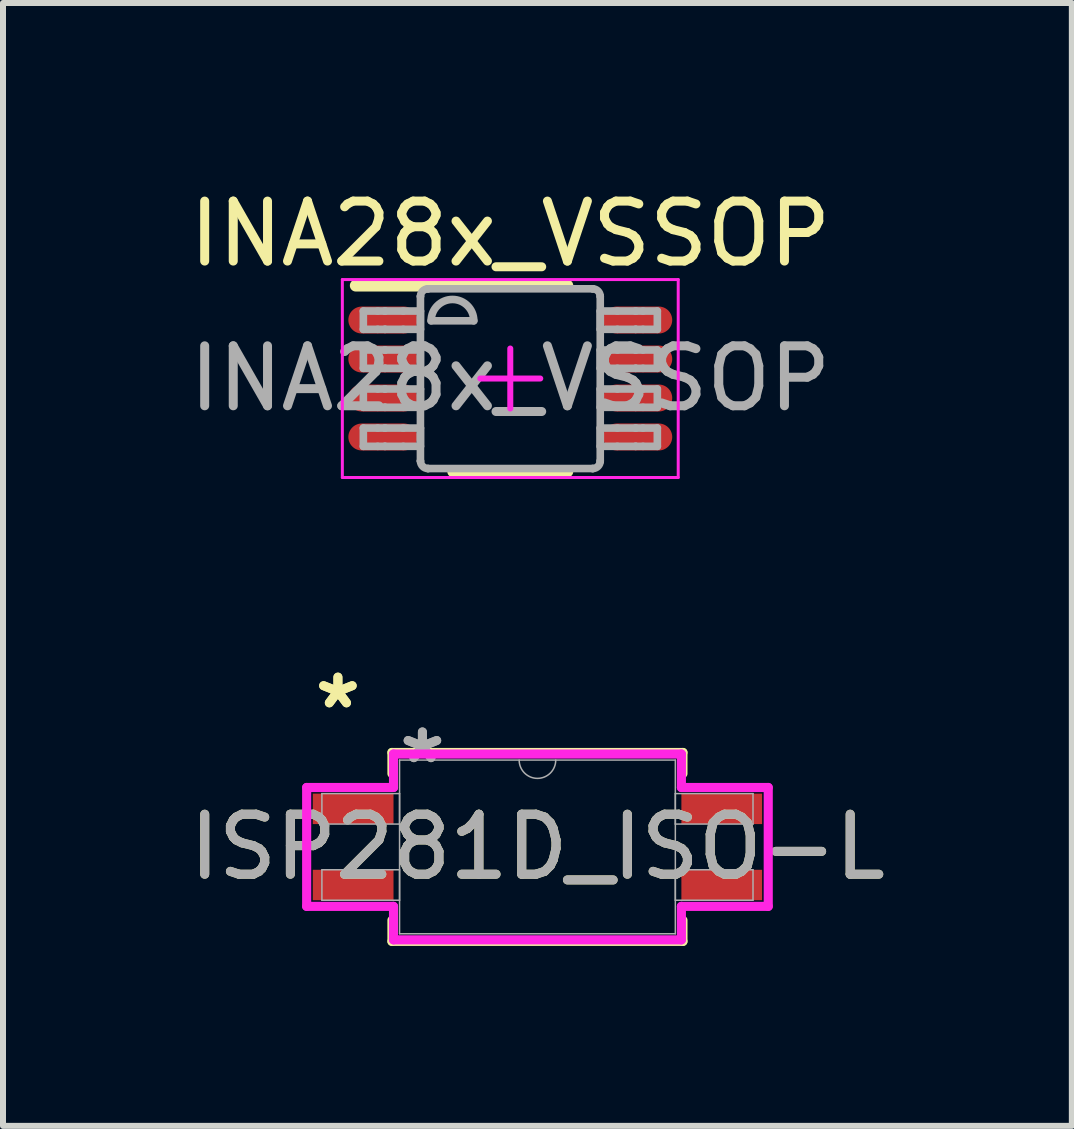
<source format=kicad_pcb>
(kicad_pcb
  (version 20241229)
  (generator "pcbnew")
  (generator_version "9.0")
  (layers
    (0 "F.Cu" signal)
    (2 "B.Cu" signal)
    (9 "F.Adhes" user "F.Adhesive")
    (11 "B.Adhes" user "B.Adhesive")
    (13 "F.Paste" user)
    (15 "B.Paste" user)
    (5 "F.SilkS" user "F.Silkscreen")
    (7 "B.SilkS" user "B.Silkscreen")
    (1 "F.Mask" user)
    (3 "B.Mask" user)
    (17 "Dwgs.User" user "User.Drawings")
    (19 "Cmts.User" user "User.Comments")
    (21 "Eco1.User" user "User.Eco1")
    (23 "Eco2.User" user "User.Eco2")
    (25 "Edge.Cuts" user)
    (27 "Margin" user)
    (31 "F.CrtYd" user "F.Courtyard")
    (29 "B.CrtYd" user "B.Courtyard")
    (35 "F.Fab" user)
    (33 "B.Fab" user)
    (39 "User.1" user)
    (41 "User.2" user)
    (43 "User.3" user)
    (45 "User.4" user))
  (footprint "INA28x_VSSOP"
    (layer "F.Cu")
    (at 5.458 3.261)
    (property "Reference" "INA28x_VSSOP" (at 0 -2.413 0) (unlocked yes) (layer "F.SilkS") (effects (font (size 1 1) (thickness 0.15))))
    (attr smd)
    (fp_line (start -2.575 -1.55) (end 0.95 -1.55) (stroke (width 0.2) (type solid)) (layer "F.SilkS"))
    (fp_line (start -0.95 1.55) (end 0.95 1.55) (stroke (width 0.2) (type solid)) (layer "F.SilkS"))
    (fp_line (start -2.8 -1.65) (end 2.8 -1.65) (stroke (width 0.05) (type solid)) (layer "F.CrtYd"))
    (fp_line (start -2.8 1.65) (end -2.8 -1.65) (stroke (width 0.05) (type solid)) (layer "F.CrtYd"))
    (fp_line (start -2.8 1.65) (end 2.8 1.65) (stroke (width 0.05) (type solid)) (layer "F.CrtYd"))
    (fp_line (start -0.5 0) (end 0.5 0) (stroke (width 0.1) (type solid)) (layer "F.CrtYd"))
    (fp_line (start -0.000003 0.5) (end -0.000003 -0.5) (stroke (width 0.1) (type solid)) (layer "F.CrtYd"))
    (fp_line (start 2.8 1.65) (end 2.8 -1.65) (stroke (width 0.05) (type solid)) (layer "F.CrtYd"))
    (fp_line (start -2.45 -1.125) (end -2.21 -1.125) (stroke (width 0.127) (type solid)) (layer "F.Fab"))
    (fp_line (start -2.45 -0.82) (end -2.45 -1.125) (stroke (width 0.127) (type solid)) (layer "F.Fab"))
    (fp_line (start -2.45 -0.82) (end -2.21 -0.82) (stroke (width 0.127) (type solid)) (layer "F.Fab"))
    (fp_line (start -2.45 -0.475) (end -2.21 -0.475) (stroke (width 0.127) (type solid)) (layer "F.Fab"))
    (fp_line (start -2.45 -0.17) (end -2.45 -0.475) (stroke (width 0.127) (type solid)) (layer "F.Fab"))
    (fp_line (start -2.45 -0.17) (end -2.21 -0.17) (stroke (width 0.127) (type solid)) (layer "F.Fab"))
    (fp_line (start -2.45 0.175) (end -2.21 0.175) (stroke (width 0.127) (type solid)) (layer "F.Fab"))
    (fp_line (start -2.45 0.48) (end -2.45 0.175) (stroke (width 0.127) (type solid)) (layer "F.Fab"))
    (fp_line (start -2.45 0.48) (end -2.21 0.48) (stroke (width 0.127) (type solid)) (layer "F.Fab"))
    (fp_line (start -2.45 0.826) (end -2.21 0.826) (stroke (width 0.127) (type solid)) (layer "F.Fab"))
    (fp_line (start -2.45 1.131) (end -2.45 0.826) (stroke (width 0.127) (type solid)) (layer "F.Fab"))
    (fp_line (start -2.45 1.131) (end -2.21 1.131) (stroke (width 0.127) (type solid)) (layer "F.Fab"))
    (fp_line (start -2.21 -1.125) (end -2.091 -1.125) (stroke (width 0.127) (type solid)) (layer "F.Fab"))
    (fp_line (start -2.21 -0.82) (end -2.091 -0.82) (stroke (width 0.127) (type solid)) (layer "F.Fab"))
    (fp_line (start -2.21 -0.475) (end -2.091 -0.475) (stroke (width 0.127) (type solid)) (layer "F.Fab"))
    (fp_line (start -2.21 -0.17) (end -2.091 -0.17) (stroke (width 0.127) (type solid)) (layer "F.Fab"))
    (fp_line (start -2.21 0.175) (end -2.091 0.175) (stroke (width 0.127) (type solid)) (layer "F.Fab"))
    (fp_line (start -2.21 0.48) (end -2.091 0.48) (stroke (width 0.127) (type solid)) (layer "F.Fab"))
    (fp_line (start -2.21 0.826) (end -2.091 0.826) (stroke (width 0.127) (type solid)) (layer "F.Fab"))
    (fp_line (start -2.21 1.131) (end -2.091 1.131) (stroke (width 0.127) (type solid)) (layer "F.Fab"))
    (fp_line (start -2.091 -1.125) (end -2.087 -1.125) (stroke (width 0.127) (type solid)) (layer "F.Fab"))
    (fp_line (start -2.091 -0.82) (end -2.087 -0.82) (stroke (width 0.127) (type solid)) (layer "F.Fab"))
    (fp_line (start -2.091 -0.475) (end -2.087 -0.475) (stroke (width 0.127) (type solid)) (layer "F.Fab"))
    (fp_line (start -2.091 -0.17) (end -2.087 -0.17) (stroke (width 0.127) (type solid)) (layer "F.Fab"))
    (fp_line (start -2.091 0.175) (end -2.087 0.175) (stroke (width 0.127) (type solid)) (layer "F.Fab"))
    (fp_line (start -2.091 0.48) (end -2.087 0.48) (stroke (width 0.127) (type solid)) (layer "F.Fab"))
    (fp_line (start -2.091 0.826) (end -2.087 0.826) (stroke (width 0.127) (type solid)) (layer "F.Fab"))
    (fp_line (start -2.091 1.131) (end -2.087 1.131) (stroke (width 0.127) (type solid)) (layer "F.Fab"))
    (fp_line (start -2.087 -1.125) (end -1.784 -1.125) (stroke (width 0.127) (type solid)) (layer "F.Fab"))
    (fp_line (start -2.087 -0.82) (end -1.784 -0.82) (stroke (width 0.127) (type solid)) (layer "F.Fab"))
    (fp_line (start -2.087 -0.475) (end -1.784 -0.475) (stroke (width 0.127) (type solid)) (layer "F.Fab"))
    (fp_line (start -2.087 -0.17) (end -1.784 -0.17) (stroke (width 0.127) (type solid)) (layer "F.Fab"))
    (fp_line (start -2.087 0.175) (end -1.784 0.175) (stroke (width 0.127) (type solid)) (layer "F.Fab"))
    (fp_line (start -2.087 0.48) (end -1.784 0.48) (stroke (width 0.127) (type solid)) (layer "F.Fab"))
    (fp_line (start -2.087 0.826) (end -1.784 0.826) (stroke (width 0.127) (type solid)) (layer "F.Fab"))
    (fp_line (start -2.087 1.131) (end -1.784 1.131) (stroke (width 0.127) (type solid)) (layer "F.Fab"))
    (fp_line (start -1.784 -1.125) (end -1.498 -1.125) (stroke (width 0.127) (type solid)) (layer "F.Fab"))
    (fp_line (start -1.784 -0.82) (end -1.498 -0.82) (stroke (width 0.127) (type solid)) (layer "F.Fab"))
    (fp_line (start -1.784 -0.475) (end -1.498 -0.475) (stroke (width 0.127) (type solid)) (layer "F.Fab"))
    (fp_line (start -1.784 -0.17) (end -1.498 -0.17) (stroke (width 0.127) (type solid)) (layer "F.Fab"))
    (fp_line (start -1.784 0.175) (end -1.498 0.175) (stroke (width 0.127) (type solid)) (layer "F.Fab"))
    (fp_line (start -1.784 0.48) (end -1.498 0.48) (stroke (width 0.127) (type solid)) (layer "F.Fab"))
    (fp_line (start -1.784 0.826) (end -1.498 0.826) (stroke (width 0.127) (type solid)) (layer "F.Fab"))
    (fp_line (start -1.784 1.131) (end -1.498 1.131) (stroke (width 0.127) (type solid)) (layer "F.Fab"))
    (fp_line (start -1.498 -1.369) (end -1.497 -1.372) (stroke (width 0.127) (type solid)) (layer "F.Fab"))
    (fp_line (start -1.498 -0.82) (end -1.498 -1.125) (stroke (width 0.127) (type solid)) (layer "F.Fab"))
    (fp_line (start -1.498 -0.17) (end -1.498 -0.475) (stroke (width 0.127) (type solid)) (layer "F.Fab"))
    (fp_line (start -1.498 0.48) (end -1.498 0.175) (stroke (width 0.127) (type solid)) (layer "F.Fab"))
    (fp_line (start -1.498 1.131) (end -1.498 0.826) (stroke (width 0.127) (type solid)) (layer "F.Fab"))
    (fp_line (start -1.498 1.374) (end -1.498 -1.369) (stroke (width 0.127) (type solid)) (layer "F.Fab"))
    (fp_line (start -1.498 1.374) (end -1.497 1.377) (stroke (width 0.127) (type solid)) (layer "F.Fab"))
    (fp_line (start -1.373 -1.496) (end -1.371 -1.496) (stroke (width 0.127) (type solid)) (layer "F.Fab"))
    (fp_line (start -1.373 1.501) (end -1.371 1.501) (stroke (width 0.127) (type solid)) (layer "F.Fab"))
    (fp_line (start -1.371 -1.496) (end 1.373 -1.496) (stroke (width 0.127) (type solid)) (layer "F.Fab"))
    (fp_line (start -1.371 1.501) (end 1.373 1.501) (stroke (width 0.127) (type solid)) (layer "F.Fab"))
    (fp_line (start -1.32 -0.962) (end -0.609 -0.962) (stroke (width 0.127) (type solid)) (layer "F.Fab"))
    (fp_line (start 1.373 -1.496) (end 1.375 -1.496) (stroke (width 0.127) (type solid)) (layer "F.Fab"))
    (fp_line (start 1.373 1.501) (end 1.375 1.501) (stroke (width 0.127) (type solid)) (layer "F.Fab"))
    (fp_line (start 1.5 -1.372) (end 1.5 -1.369) (stroke (width 0.127) (type solid)) (layer "F.Fab"))
    (fp_line (start 1.5 1.377) (end 1.5 1.374) (stroke (width 0.127) (type solid)) (layer "F.Fab"))
    (fp_line (start 1.5 -1.125) (end 1.786 -1.125) (stroke (width 0.127) (type solid)) (layer "F.Fab"))
    (fp_line (start 1.5 -0.82) (end 1.5 -1.125) (stroke (width 0.127) (type solid)) (layer "F.Fab"))
    (fp_line (start 1.5 -0.82) (end 1.786 -0.82) (stroke (width 0.127) (type solid)) (layer "F.Fab"))
    (fp_line (start 1.5 -0.475) (end 1.786 -0.475) (stroke (width 0.127) (type solid)) (layer "F.Fab"))
    (fp_line (start 1.5 -0.17) (end 1.5 -0.475) (stroke (width 0.127) (type solid)) (layer "F.Fab"))
    (fp_line (start 1.5 -0.17) (end 1.786 -0.17) (stroke (width 0.127) (type solid)) (layer "F.Fab"))
    (fp_line (start 1.5 0.175) (end 1.786 0.175) (stroke (width 0.127) (type solid)) (layer "F.Fab"))
    (fp_line (start 1.5 0.48) (end 1.5 0.175) (stroke (width 0.127) (type solid)) (layer "F.Fab"))
    (fp_line (start 1.5 0.48) (end 1.786 0.48) (stroke (width 0.127) (type solid)) (layer "F.Fab"))
    (fp_line (start 1.5 0.826) (end 1.786 0.826) (stroke (width 0.127) (type solid)) (layer "F.Fab"))
    (fp_line (start 1.5 1.131) (end 1.5 0.826) (stroke (width 0.127) (type solid)) (layer "F.Fab"))
    (fp_line (start 1.5 1.131) (end 1.786 1.131) (stroke (width 0.127) (type solid)) (layer "F.Fab"))
    (fp_line (start 1.5 1.374) (end 1.5 -1.369) (stroke (width 0.127) (type solid)) (layer "F.Fab"))
    (fp_line (start 1.786 -1.125) (end 2.089 -1.125) (stroke (width 0.127) (type solid)) (layer "F.Fab"))
    (fp_line (start 1.786 -0.82) (end 2.089 -0.82) (stroke (width 0.127) (type solid)) (layer "F.Fab"))
    (fp_line (start 1.786 -0.475) (end 2.089 -0.475) (stroke (width 0.127) (type solid)) (layer "F.Fab"))
    (fp_line (start 1.786 -0.17) (end 2.089 -0.17) (stroke (width 0.127) (type solid)) (layer "F.Fab"))
    (fp_line (start 1.786 0.175) (end 2.089 0.175) (stroke (width 0.127) (type solid)) (layer "F.Fab"))
    (fp_line (start 1.786 0.48) (end 2.089 0.48) (stroke (width 0.127) (type solid)) (layer "F.Fab"))
    (fp_line (start 1.786 0.826) (end 2.089 0.826) (stroke (width 0.127) (type solid)) (layer "F.Fab"))
    (fp_line (start 1.786 1.131) (end 2.089 1.131) (stroke (width 0.127) (type solid)) (layer "F.Fab"))
    (fp_line (start 2.089 -1.125) (end 2.093 -1.125) (stroke (width 0.127) (type solid)) (layer "F.Fab"))
    (fp_line (start 2.089 -0.82) (end 2.093 -0.82) (stroke (width 0.127) (type solid)) (layer "F.Fab"))
    (fp_line (start 2.089 -0.475) (end 2.093 -0.475) (stroke (width 0.127) (type solid)) (layer "F.Fab"))
    (fp_line (start 2.089 -0.17) (end 2.093 -0.17) (stroke (width 0.127) (type solid)) (layer "F.Fab"))
    (fp_line (start 2.089 0.175) (end 2.093 0.175) (stroke (width 0.127) (type solid)) (layer "F.Fab"))
    (fp_line (start 2.089 0.48) (end 2.093 0.48) (stroke (width 0.127) (type solid)) (layer "F.Fab"))
    (fp_line (start 2.089 0.826) (end 2.093 0.826) (stroke (width 0.127) (type solid)) (layer "F.Fab"))
    (fp_line (start 2.089 1.131) (end 2.093 1.131) (stroke (width 0.127) (type solid)) (layer "F.Fab"))
    (fp_line (start 2.093 -1.125) (end 2.213 -1.125) (stroke (width 0.127) (type solid)) (layer "F.Fab"))
    (fp_line (start 2.093 -0.82) (end 2.213 -0.82) (stroke (width 0.127) (type solid)) (layer "F.Fab"))
    (fp_line (start 2.093 -0.475) (end 2.213 -0.475) (stroke (width 0.127) (type solid)) (layer "F.Fab"))
    (fp_line (start 2.093 -0.17) (end 2.213 -0.17) (stroke (width 0.127) (type solid)) (layer "F.Fab"))
    (fp_line (start 2.093 0.175) (end 2.213 0.175) (stroke (width 0.127) (type solid)) (layer "F.Fab"))
    (fp_line (start 2.093 0.48) (end 2.213 0.48) (stroke (width 0.127) (type solid)) (layer "F.Fab"))
    (fp_line (start 2.093 0.826) (end 2.213 0.826) (stroke (width 0.127) (type solid)) (layer "F.Fab"))
    (fp_line (start 2.093 1.131) (end 2.213 1.131) (stroke (width 0.127) (type solid)) (layer "F.Fab"))
    (fp_line (start 2.213 -1.125) (end 2.452 -1.125) (stroke (width 0.127) (type solid)) (layer "F.Fab"))
    (fp_line (start 2.213 -0.82) (end 2.452 -0.82) (stroke (width 0.127) (type solid)) (layer "F.Fab"))
    (fp_line (start 2.213 -0.475) (end 2.452 -0.475) (stroke (width 0.127) (type solid)) (layer "F.Fab"))
    (fp_line (start 2.213 -0.17) (end 2.452 -0.17) (stroke (width 0.127) (type solid)) (layer "F.Fab"))
    (fp_line (start 2.213 0.175) (end 2.452 0.175) (stroke (width 0.127) (type solid)) (layer "F.Fab"))
    (fp_line (start 2.213 0.48) (end 2.452 0.48) (stroke (width 0.127) (type solid)) (layer "F.Fab"))
    (fp_line (start 2.213 0.826) (end 2.452 0.826) (stroke (width 0.127) (type solid)) (layer "F.Fab"))
    (fp_line (start 2.213 1.131) (end 2.452 1.131) (stroke (width 0.127) (type solid)) (layer "F.Fab"))
    (fp_line (start 2.452 -0.82) (end 2.452 -1.125) (stroke (width 0.127) (type solid)) (layer "F.Fab"))
    (fp_line (start 2.452 -0.17) (end 2.452 -0.475) (stroke (width 0.127) (type solid)) (layer "F.Fab"))
    (fp_line (start 2.452 0.48) (end 2.452 0.175) (stroke (width 0.127) (type solid)) (layer "F.Fab"))
    (fp_line (start 2.452 1.131) (end 2.452 0.826) (stroke (width 0.127) (type solid)) (layer "F.Fab"))
    (fp_arc (start -1.497476 -1.371582) (mid -1.460306 -1.458644) (end -1.373243 -1.495814) (stroke (width 0.127) (type solid)) (layer "F.Fab"))
    (fp_arc (start -1.373243 1.501336) (mid -1.460306 1.464166) (end -1.497476 1.377104) (stroke (width 0.127) (type solid)) (layer "F.Fab"))
    (fp_arc (start -1.3197 -0.962439) (mid -0.9641 -1.318039) (end -0.6085 -0.962439) (stroke (width 0.127) (type solid)) (layer "F.Fab"))
    (fp_arc (start 1.375443 -1.495814) (mid 1.462505 -1.458644) (end 1.499675 -1.371582) (stroke (width 0.127) (type solid)) (layer "F.Fab"))
    (fp_arc (start 1.499675 1.377104) (mid 1.462505 1.464166) (end 1.375443 1.501336) (stroke (width 0.127) (type solid)) (layer "F.Fab"))
    (fp_text user "${REFERENCE}" (at 0 0 0) (unlocked yes) (layer "F.Fab") (effects (font (size 1 1) (thickness 0.15))))
    (pad "1" smd oval (at -2.125 -0.975 90) (size 0.45 1.15) (layers "F.Cu" "F.Mask" "F.Paste"))
    (pad "2" smd oval (at -2.125 -0.325 90) (size 0.45 1.15) (layers "F.Cu" "F.Mask" "F.Paste"))
    (pad "3" smd oval (at -2.125 0.325 90) (size 0.45 1.15) (layers "F.Cu" "F.Mask" "F.Paste"))
    (pad "4" smd oval (at -2.125 0.975 90) (size 0.45 1.15) (layers "F.Cu" "F.Mask" "F.Paste"))
    (pad "5" smd oval (at 2.125 0.975 90) (size 0.45 1.15) (layers "F.Cu" "F.Mask" "F.Paste"))
    (pad "6" smd oval (at 2.125 0.325 90) (size 0.45 1.15) (layers "F.Cu" "F.Mask" "F.Paste"))
    (pad "7" smd oval (at 2.125 -0.325 90) (size 0.45 1.15) (layers "F.Cu" "F.Mask" "F.Paste"))
    (pad "8" smd oval (at 2.125 -0.975 90) (size 0.45 1.15) (layers "F.Cu" "F.Mask" "F.Paste")))
  (footprint "ISP281D_ISO-L"
    (layer "F.Cu")
    (at 5.911 11.071)
    (property "Reference" "ISP281D_ISO-L" (at 0 0 0) (unlocked yes) (layer "F.SilkS") (effects (font (size 1 1) (thickness 0.15))))
    (attr smd)
    (fp_line (start -2.426 -1.575) (end -2.426 -1.222) (stroke (width 0.152) (type solid)) (layer "F.SilkS"))
    (fp_line (start -2.426 1.222) (end -2.426 1.575) (stroke (width 0.152) (type solid)) (layer "F.SilkS"))
    (fp_line (start -2.426 1.575) (end 2.426 1.575) (stroke (width 0.152) (type solid)) (layer "F.SilkS"))
    (fp_line (start 2.426 -1.575) (end -2.426 -1.575) (stroke (width 0.152) (type solid)) (layer "F.SilkS"))
    (fp_line (start 2.426 -1.222) (end 2.426 -1.575) (stroke (width 0.152) (type solid)) (layer "F.SilkS"))
    (fp_line (start 2.426 1.575) (end 2.426 1.222) (stroke (width 0.152) (type solid)) (layer "F.SilkS"))
    (fp_line (start -3.848 -0.991) (end -2.4 -0.991) (stroke (width 0.152) (type solid)) (layer "F.CrtYd"))
    (fp_line (start -3.848 0.991) (end -3.848 -0.991) (stroke (width 0.152) (type solid)) (layer "F.CrtYd"))
    (fp_line (start -3.848 0.991) (end -2.4 0.991) (stroke (width 0.152) (type solid)) (layer "F.CrtYd"))
    (fp_line (start -2.4 -1.549) (end 2.4 -1.549) (stroke (width 0.152) (type solid)) (layer "F.CrtYd"))
    (fp_line (start -2.4 -0.991) (end -2.4 -1.549) (stroke (width 0.152) (type solid)) (layer "F.CrtYd"))
    (fp_line (start -2.4 1.549) (end -2.4 0.991) (stroke (width 0.152) (type solid)) (layer "F.CrtYd"))
    (fp_line (start 2.4 -1.549) (end 2.4 -0.991) (stroke (width 0.152) (type solid)) (layer "F.CrtYd"))
    (fp_line (start 2.4 0.991) (end 2.4 1.549) (stroke (width 0.152) (type solid)) (layer "F.CrtYd"))
    (fp_line (start 2.4 1.549) (end -2.4 1.549) (stroke (width 0.152) (type solid)) (layer "F.CrtYd"))
    (fp_line (start 3.848 -0.991) (end 2.4 -0.991) (stroke (width 0.152) (type solid)) (layer "F.CrtYd"))
    (fp_line (start 3.848 -0.991) (end 3.848 0.991) (stroke (width 0.152) (type solid)) (layer "F.CrtYd"))
    (fp_line (start 3.848 0.991) (end 2.4 0.991) (stroke (width 0.152) (type solid)) (layer "F.CrtYd"))
    (fp_line (start -3.594 -0.889) (end -3.594 -0.381) (stroke (width 0.025) (type solid)) (layer "F.Fab"))
    (fp_line (start -3.594 -0.381) (end -2.299 -0.381) (stroke (width 0.025) (type solid)) (layer "F.Fab"))
    (fp_line (start -3.594 0.381) (end -3.594 0.889) (stroke (width 0.025) (type solid)) (layer "F.Fab"))
    (fp_line (start -3.594 0.889) (end -2.299 0.889) (stroke (width 0.025) (type solid)) (layer "F.Fab"))
    (fp_line (start -2.299 -1.448) (end -2.299 1.448) (stroke (width 0.025) (type solid)) (layer "F.Fab"))
    (fp_line (start -2.299 -0.889) (end -3.594 -0.889) (stroke (width 0.025) (type solid)) (layer "F.Fab"))
    (fp_line (start -2.299 -0.381) (end -2.299 -0.889) (stroke (width 0.025) (type solid)) (layer "F.Fab"))
    (fp_line (start -2.299 0.381) (end -3.594 0.381) (stroke (width 0.025) (type solid)) (layer "F.Fab"))
    (fp_line (start -2.299 0.889) (end -2.299 0.381) (stroke (width 0.025) (type solid)) (layer "F.Fab"))
    (fp_line (start -2.299 1.448) (end 2.299 1.448) (stroke (width 0.025) (type solid)) (layer "F.Fab"))
    (fp_line (start 2.299 -1.448) (end -2.299 -1.448) (stroke (width 0.025) (type solid)) (layer "F.Fab"))
    (fp_line (start 2.299 -0.889) (end 2.299 -0.381) (stroke (width 0.025) (type solid)) (layer "F.Fab"))
    (fp_line (start 2.299 -0.381) (end 3.594 -0.381) (stroke (width 0.025) (type solid)) (layer "F.Fab"))
    (fp_line (start 2.299 0.381) (end 2.299 0.889) (stroke (width 0.025) (type solid)) (layer "F.Fab"))
    (fp_line (start 2.299 0.889) (end 3.594 0.889) (stroke (width 0.025) (type solid)) (layer "F.Fab"))
    (fp_line (start 2.299 1.448) (end 2.299 -1.448) (stroke (width 0.025) (type solid)) (layer "F.Fab"))
    (fp_line (start 3.594 -0.889) (end 2.299 -0.889) (stroke (width 0.025) (type solid)) (layer "F.Fab"))
    (fp_line (start 3.594 -0.381) (end 3.594 -0.889) (stroke (width 0.025) (type solid)) (layer "F.Fab"))
    (fp_line (start 3.594 0.381) (end 2.299 0.381) (stroke (width 0.025) (type solid)) (layer "F.Fab"))
    (fp_line (start 3.594 0.889) (end 3.594 0.381) (stroke (width 0.025) (type solid)) (layer "F.Fab"))
    (fp_arc (start 0.3048 -1.4478) (mid 0 -1.143) (end -0.3048 -1.4478) (stroke (width 0.0254) (type solid)) (layer "F.Fab"))
    (fp_text user "*" (at -3.327 -2.286 0) (unlocked yes) (layer "F.SilkS") (effects (font (size 1 1) (thickness 0.15))))
    (fp_text user "*" (at -3.327 -2.286 0) (layer "F.SilkS") (effects (font (size 1 1) (thickness 0.15))))
    (fp_text user "*" (at -1.918 -1.372 0) (layer "F.Fab") (effects (font (size 1 1) (thickness 0.15))))
    (fp_text user "*" (at -1.918 -1.372 0) (unlocked yes) (layer "F.Fab") (effects (font (size 1 1) (thickness 0.15))))
    (fp_text user "${REFERENCE}" (at 0 0 0) (unlocked yes) (layer "F.Fab") (effects (font (size 1 1) (thickness 0.15))))
    (pad "1" smd rect (at -3.073 -0.635) (size 1.346 0.508) (layers "F.Cu" "F.Mask" "F.Paste"))
    (pad "2" smd rect (at -3.073 0.635) (size 1.346 0.508) (layers "F.Cu" "F.Mask" "F.Paste"))
    (pad "3" smd rect (at 3.073 0.635) (size 1.346 0.508) (layers "F.Cu" "F.Mask" "F.Paste"))
    (pad "4" smd rect (at 3.073 -0.635) (size 1.346 0.508) (layers "F.Cu" "F.Mask" "F.Paste")))
  (gr_rect
    (start -3 -3)
    (end 14.821 15.722)
    (stroke (width 0.1) (type default))
    (fill no)
    (layer "Edge.Cuts")))
</source>
